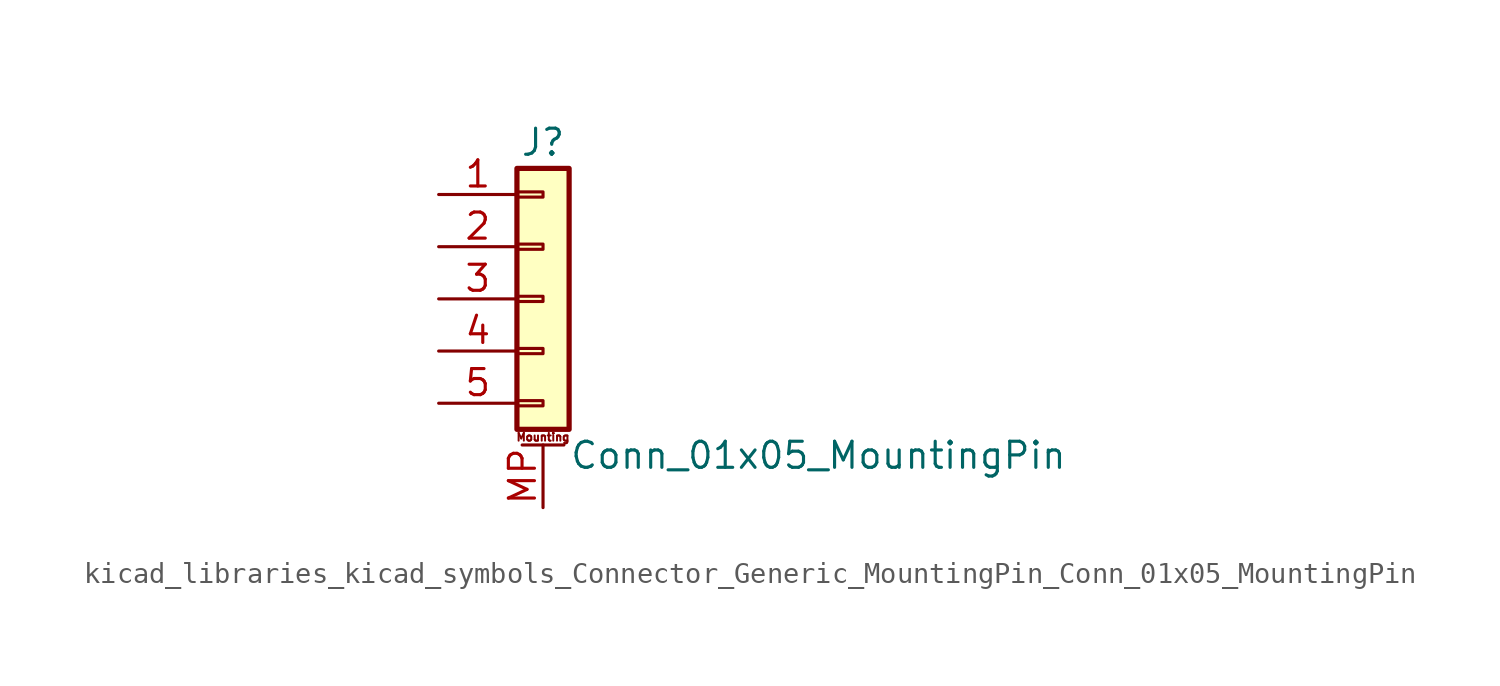
<source format=kicad_sym>
(kicad_symbol_lib
  (version 20220914)
  (generator kicad_symbol_editor)
  (symbol "kicad_libraries_kicad_symbols_Connector_Generic_MountingPin_Conn_01x05_MountingPin"
    (pin_names
      (offset 1.016) hide)
    (property "Reference" "J"
      (at 0 7.62 0)
      (effects (font (size 1.27 1.27))))
    (property "Value" "Conn_01x05_MountingPin"
      (at 1.27 -7.62 0)
      (effects (font (size 1.27 1.27)) (justify left)))
    (symbol "kicad_libraries_kicad_symbols_Connector_Generic_MountingPin_Conn_01x05_MountingPin_1_1"
      (rectangle (start -1.27 -4.953) (end 0 -5.207) (stroke (width 0.152) (type default)) (fill (type none)))
      (rectangle (start -1.27 -2.413) (end 0 -2.667) (stroke (width 0.152) (type default)) (fill (type none)))
      (rectangle (start -1.27 0.127) (end 0 -0.127) (stroke (width 0.152) (type default)) (fill (type none)))
      (rectangle (start -1.27 2.667) (end 0 2.413) (stroke (width 0.152) (type default)) (fill (type none)))
      (rectangle (start -1.27 5.207) (end 0 4.953) (stroke (width 0.152) (type default)) (fill (type none)))
      (rectangle (start -1.27 6.35) (end 1.27 -6.35) (stroke (width 0.254) (type default)) (fill (type background)))
      (polyline (pts (xy -1.016 -7.112) (xy 1.016 -7.112)) (stroke (width 0.152) (type default)) (fill (type none)))
      (text "Mounting" (at 0 -6.731 0) (effects (font (size 0.381 0.381))))
      (pin passive line (at -5.08 5.08 0) (length 3.81) (name "Pin_1" (effects (font (size 1.27 1.27)))) (number "1" (effects (font (size 1.27 1.27)))))
      (pin passive line (at -5.08 2.54 0) (length 3.81) (name "Pin_2" (effects (font (size 1.27 1.27)))) (number "2" (effects (font (size 1.27 1.27)))))
      (pin passive line (at -5.08 0 0) (length 3.81) (name "Pin_3" (effects (font (size 1.27 1.27)))) (number "3" (effects (font (size 1.27 1.27)))))
      (pin passive line (at -5.08 -2.54 0) (length 3.81) (name "Pin_4" (effects (font (size 1.27 1.27)))) (number "4" (effects (font (size 1.27 1.27)))))
      (pin passive line (at -5.08 -5.08 0) (length 3.81) (name "Pin_5" (effects (font (size 1.27 1.27)))) (number "5" (effects (font (size 1.27 1.27)))))
      (pin passive line (at 0 -10.16 90) (length 3.048) (name "MountPin" (effects (font (size 1.27 1.27)))) (number "MP" (effects (font (size 1.27 1.27))))))))
</source>
